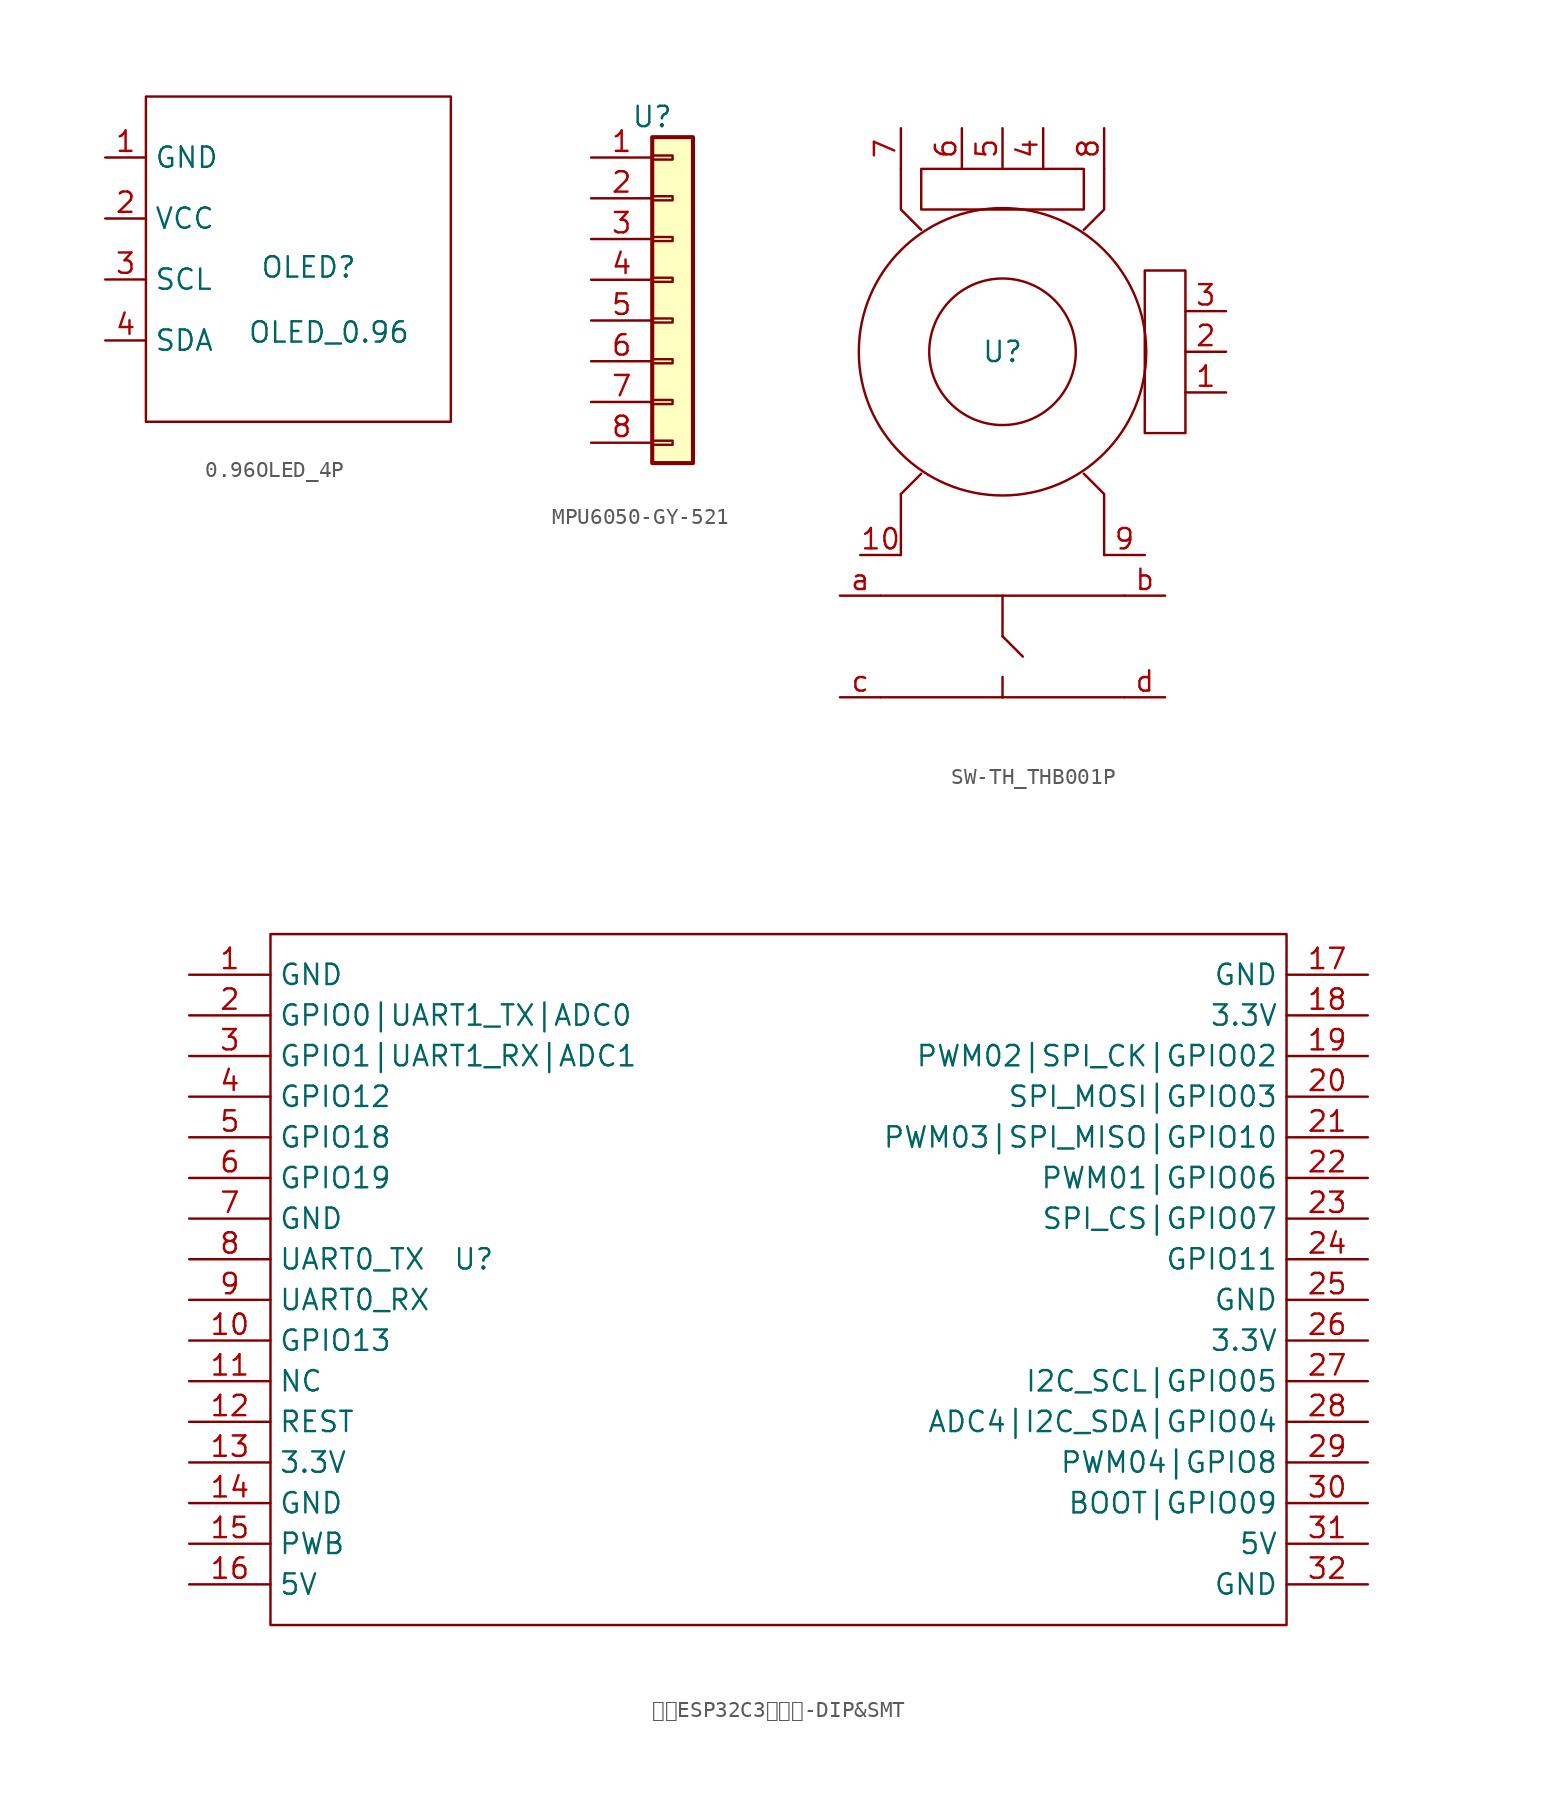
<source format=kicad_sym>
(kicad_symbol_lib
  (version 20241209)
  (generator "kicad_symbol_editor")
  (generator_version "9.0")
  (symbol "0.96OLED_4P"
    (property "Reference" "OLED"
      (at 6.35 -3.048 0)
      (effects (font (size 1.27 1.27))))
    (property "Value" "OLED_0.96"
      (at 7.62 -7.112 0)
      (effects (font (size 1.27 1.27))))
    (symbol "0.96OLED_4P_0_1"
      (rectangle (start -3.81 7.62) (end 15.24 -12.7) (stroke (width 0) (type default)) (fill (type none))))
    (symbol "0.96OLED_4P_1_1"
      (pin passive line (at -6.35 3.81 0) (length 2.54) (name "GND" (effects (font (size 1.27 1.27)))) (number "1" (effects (font (size 1.27 1.27)))))
      (pin passive line (at -6.35 0 0) (length 2.54) (name "VCC" (effects (font (size 1.27 1.27)))) (number "2" (effects (font (size 1.27 1.27)))))
      (pin passive line (at -6.35 -3.81 0) (length 2.54) (name "SCL" (effects (font (size 1.27 1.27)))) (number "3" (effects (font (size 1.27 1.27)))))
      (pin passive line (at -6.35 -7.62 0) (length 2.54) (name "SDA" (effects (font (size 1.27 1.27)))) (number "4" (effects (font (size 1.27 1.27)))))))
  (symbol "MPU6050-GY-521"
    (property "Reference" "U"
      (at 0 0 0)
      (effects (font (size 1.27 1.27))))
    (property "Value" ""
      (at 0 0 0)
      (effects (font (size 1.27 1.27))))
    (symbol "MPU6050-GY-521_1_1"
      (rectangle (start 0 -1.27) (end 2.54 -21.59) (stroke (width 0.254) (type default)) (fill (type background)))
      (rectangle (start 0 -2.413) (end 1.27 -2.667) (stroke (width 0.152) (type default)) (fill (type none)))
      (rectangle (start 0 -4.953) (end 1.27 -5.207) (stroke (width 0.152) (type default)) (fill (type none)))
      (rectangle (start 0 -7.493) (end 1.27 -7.747) (stroke (width 0.152) (type default)) (fill (type none)))
      (rectangle (start 0 -10.033) (end 1.27 -10.287) (stroke (width 0.152) (type default)) (fill (type none)))
      (rectangle (start 0 -12.573) (end 1.27 -12.827) (stroke (width 0.152) (type default)) (fill (type none)))
      (rectangle (start 0 -15.113) (end 1.27 -15.367) (stroke (width 0.152) (type default)) (fill (type none)))
      (rectangle (start 0 -17.653) (end 1.27 -17.907) (stroke (width 0.152) (type default)) (fill (type none)))
      (rectangle (start 0 -20.193) (end 1.27 -20.447) (stroke (width 0.152) (type default)) (fill (type none)))
      (pin passive line (at -3.81 -2.54 0) (length 3.81) (name "" (effects (font (size 1.27 1.27)))) (number "1" (effects (font (size 1.27 1.27)))))
      (pin passive line (at -3.81 -5.08 0) (length 3.81) (name "" (effects (font (size 1.27 1.27)))) (number "2" (effects (font (size 1.27 1.27)))))
      (pin passive line (at -3.81 -7.62 0) (length 3.81) (name "" (effects (font (size 1.27 1.27)))) (number "3" (effects (font (size 1.27 1.27)))))
      (pin passive line (at -3.81 -10.16 0) (length 3.81) (name "" (effects (font (size 1.27 1.27)))) (number "4" (effects (font (size 1.27 1.27)))))
      (pin passive line (at -3.81 -12.7 0) (length 3.81) (name "" (effects (font (size 1.27 1.27)))) (number "5" (effects (font (size 1.27 1.27)))))
      (pin passive line (at -3.81 -15.24 0) (length 3.81) (name "" (effects (font (size 1.27 1.27)))) (number "6" (effects (font (size 1.27 1.27)))))
      (pin passive line (at -3.81 -17.78 0) (length 3.81) (name "" (effects (font (size 1.27 1.27)))) (number "7" (effects (font (size 1.27 1.27)))))
      (pin passive line (at -3.81 -20.32 0) (length 3.81) (name "" (effects (font (size 1.27 1.27)))) (number "8" (effects (font (size 1.27 1.27)))))))
  (symbol "SW-TH_THB001P"
    (property "Reference" "U"
      (at 0 0 0)
      (effects (font (size 1.27 1.27))))
    (property "Value" ""
      (at 0 0 0)
      (effects (font (size 1.27 1.27))))
    (symbol "SW-TH_THB001P_0_1"
      (polyline (pts (xy -7.62 -15.24) (xy 7.62 -15.24)) (stroke (width 0) (type default)) (fill (type none)))
      (polyline (pts (xy -7.62 -21.59) (xy 7.62 -21.59)) (stroke (width 0) (type default)) (fill (type none)))
      (polyline (pts (xy -6.35 -8.89) (xy -6.35 -12.7)) (stroke (width 0) (type default)) (fill (type none)))
      (rectangle (start -5.08 8.89) (end 5.08 11.43) (stroke (width 0) (type default)) (fill (type none)))
      (polyline (pts (xy -5.08 7.62) (xy -6.35 8.89) (xy -6.35 11.43)) (stroke (width 0) (type default)) (fill (type none)))
      (polyline (pts (xy -5.08 -7.62) (xy -6.35 -8.89)) (stroke (width 0) (type default)) (fill (type none)))
      (circle (center 0 0) (radius 4.579) (stroke (width 0) (type default)) (fill (type none)))
      (circle (center 0 0) (radius 8.98) (stroke (width 0) (type default)) (fill (type none)))
      (polyline (pts (xy 0 -15.24) (xy 0 -17.78)) (stroke (width 0) (type default)) (fill (type none)))
      (polyline (pts (xy 0 -17.78) (xy 1.27 -19.05)) (stroke (width 0) (type default)) (fill (type none)))
      (polyline (pts (xy 0 -21.59) (xy 0 -21.59)) (stroke (width 0) (type default)) (fill (type none)))
      (polyline (pts (xy 0 -21.59) (xy 0 -20.32)) (stroke (width 0) (type default)) (fill (type none)))
      (polyline (pts (xy 0 -21.59) (xy 0 -21.59)) (stroke (width 0) (type default)) (fill (type none)))
      (polyline (pts (xy 5.08 7.62) (xy 6.35 8.89) (xy 6.35 11.43)) (stroke (width 0) (type default)) (fill (type none)))
      (polyline (pts (xy 5.08 -7.62) (xy 6.35 -8.89) (xy 6.35 -12.7)) (stroke (width 0) (type default)) (fill (type none)))
      (rectangle (start 8.89 5.08) (end 11.43 -5.08) (stroke (width 0) (type default)) (fill (type none))))
    (symbol "SW-TH_THB001P_1_1"
      (pin passive line (at -10.16 -15.24 0) (length 2.54) (name "" (effects (font (size 1.27 1.27)))) (number "a" (effects (font (size 1.27 1.27)))))
      (pin passive line (at -10.16 -21.59 0) (length 2.54) (name "" (effects (font (size 1.27 1.27)))) (number "c" (effects (font (size 1.27 1.27)))))
      (pin passive line (at -8.89 -12.7 0) (length 2.54) (name "" (effects (font (size 1.27 1.27)))) (number "10" (effects (font (size 1.27 1.27)))))
      (pin passive line (at -6.35 13.97 270) (length 2.54) (name "" (effects (font (size 1.27 1.27)))) (number "7" (effects (font (size 1.27 1.27)))))
      (pin passive line (at -2.54 13.97 270) (length 2.54) (name "" (effects (font (size 1.27 1.27)))) (number "6" (effects (font (size 1.27 1.27)))))
      (pin passive line (at 0 13.97 270) (length 2.54) (name "" (effects (font (size 1.27 1.27)))) (number "5" (effects (font (size 1.27 1.27)))))
      (pin passive line (at 2.54 13.97 270) (length 2.54) (name "" (effects (font (size 1.27 1.27)))) (number "4" (effects (font (size 1.27 1.27)))))
      (pin passive line (at 6.35 13.97 270) (length 2.54) (name "" (effects (font (size 1.27 1.27)))) (number "8" (effects (font (size 1.27 1.27)))))
      (pin passive line (at 8.89 -12.7 180) (length 2.54) (name "" (effects (font (size 1.27 1.27)))) (number "9" (effects (font (size 1.27 1.27)))))
      (pin passive line (at 10.16 -15.24 180) (length 2.54) (name "" (effects (font (size 1.27 1.27)))) (number "b" (effects (font (size 1.27 1.27)))))
      (pin passive line (at 10.16 -21.59 180) (length 2.54) (name "" (effects (font (size 1.27 1.27)))) (number "d" (effects (font (size 1.27 1.27)))))
      (pin passive line (at 13.97 2.54 180) (length 2.54) (name "" (effects (font (size 1.27 1.27)))) (number "3" (effects (font (size 1.27 1.27)))))
      (pin passive line (at 13.97 0 180) (length 2.54) (name "" (effects (font (size 1.27 1.27)))) (number "2" (effects (font (size 1.27 1.27)))))
      (pin passive line (at 13.97 -2.54 180) (length 2.54) (name "" (effects (font (size 1.27 1.27)))) (number "1" (effects (font (size 1.27 1.27)))))))
  (symbol "合宙ESP32C3开发板-DIP&SMT"
    (property "Reference" "U"
      (at 0 0 0)
      (effects (font (size 1.27 1.27))))
    (property "Value" ""
      (at 0 0 0)
      (effects (font (size 1.27 1.27))))
    (symbol "合宙ESP32C3开发板-DIP&SMT_1_0"
      (rectangle (start -12.7 20.32) (end 50.8 -22.86) (stroke (width 0) (type default)) (fill (type none)))
      (pin input line (at -17.78 17.78 0) (length 5.08) (name "GND" (effects (font (size 1.27 1.27)))) (number "1" (effects (font (size 1.27 1.27)))))
      (pin input line (at -17.78 15.24 0) (length 5.08) (name "GPIO0|UART1_TX|ADC0" (effects (font (size 1.27 1.27)))) (number "2" (effects (font (size 1.27 1.27)))))
      (pin input line (at -17.78 12.7 0) (length 5.08) (name "GPIO1|UART1_RX|ADC1" (effects (font (size 1.27 1.27)))) (number "3" (effects (font (size 1.27 1.27)))))
      (pin input line (at -17.78 10.16 0) (length 5.08) (name "GPIO12" (effects (font (size 1.27 1.27)))) (number "4" (effects (font (size 1.27 1.27)))))
      (pin input line (at -17.78 7.62 0) (length 5.08) (name "GPIO18" (effects (font (size 1.27 1.27)))) (number "5" (effects (font (size 1.27 1.27)))))
      (pin input line (at -17.78 5.08 0) (length 5.08) (name "GPIO19" (effects (font (size 1.27 1.27)))) (number "6" (effects (font (size 1.27 1.27)))))
      (pin input line (at -17.78 2.54 0) (length 5.08) (name "GND" (effects (font (size 1.27 1.27)))) (number "7" (effects (font (size 1.27 1.27)))))
      (pin input line (at -17.78 0 0) (length 5.08) (name "UART0_TX" (effects (font (size 1.27 1.27)))) (number "8" (effects (font (size 1.27 1.27)))))
      (pin input line (at -17.78 -2.54 0) (length 5.08) (name "UART0_RX" (effects (font (size 1.27 1.27)))) (number "9" (effects (font (size 1.27 1.27)))))
      (pin input line (at -17.78 -5.08 0) (length 5.08) (name "GPIO13" (effects (font (size 1.27 1.27)))) (number "10" (effects (font (size 1.27 1.27)))))
      (pin input line (at -17.78 -7.62 0) (length 5.08) (name "NC" (effects (font (size 1.27 1.27)))) (number "11" (effects (font (size 1.27 1.27)))))
      (pin input line (at -17.78 -10.16 0) (length 5.08) (name "REST" (effects (font (size 1.27 1.27)))) (number "12" (effects (font (size 1.27 1.27)))))
      (pin input line (at -17.78 -12.7 0) (length 5.08) (name "3.3V" (effects (font (size 1.27 1.27)))) (number "13" (effects (font (size 1.27 1.27)))))
      (pin input line (at -17.78 -15.24 0) (length 5.08) (name "GND" (effects (font (size 1.27 1.27)))) (number "14" (effects (font (size 1.27 1.27)))))
      (pin input line (at -17.78 -17.78 0) (length 5.08) (name "PWB" (effects (font (size 1.27 1.27)))) (number "15" (effects (font (size 1.27 1.27)))))
      (pin input line (at -17.78 -20.32 0) (length 5.08) (name "5V" (effects (font (size 1.27 1.27)))) (number "16" (effects (font (size 1.27 1.27)))))
      (pin input line (at 55.88 17.78 180) (length 5.08) (name "GND" (effects (font (size 1.27 1.27)))) (number "17" (effects (font (size 1.27 1.27)))))
      (pin input line (at 55.88 15.24 180) (length 5.08) (name "3.3V" (effects (font (size 1.27 1.27)))) (number "18" (effects (font (size 1.27 1.27)))))
      (pin input line (at 55.88 12.7 180) (length 5.08) (name "PWM02|SPI_CK|GPIO02" (effects (font (size 1.27 1.27)))) (number "19" (effects (font (size 1.27 1.27)))))
      (pin input line (at 55.88 10.16 180) (length 5.08) (name "SPI_MOSI|GPIO03" (effects (font (size 1.27 1.27)))) (number "20" (effects (font (size 1.27 1.27)))))
      (pin input line (at 55.88 7.62 180) (length 5.08) (name "PWM03|SPI_MISO|GPIO10" (effects (font (size 1.27 1.27)))) (number "21" (effects (font (size 1.27 1.27)))))
      (pin input line (at 55.88 5.08 180) (length 5.08) (name "PWM01|GPIO06" (effects (font (size 1.27 1.27)))) (number "22" (effects (font (size 1.27 1.27)))))
      (pin input line (at 55.88 2.54 180) (length 5.08) (name "SPI_CS|GPIO07" (effects (font (size 1.27 1.27)))) (number "23" (effects (font (size 1.27 1.27)))))
      (pin input line (at 55.88 0 180) (length 5.08) (name "GPIO11" (effects (font (size 1.27 1.27)))) (number "24" (effects (font (size 1.27 1.27)))))
      (pin input line (at 55.88 -2.54 180) (length 5.08) (name "GND" (effects (font (size 1.27 1.27)))) (number "25" (effects (font (size 1.27 1.27)))))
      (pin input line (at 55.88 -5.08 180) (length 5.08) (name "3.3V" (effects (font (size 1.27 1.27)))) (number "26" (effects (font (size 1.27 1.27)))))
      (pin input line (at 55.88 -7.62 180) (length 5.08) (name "I2C_SCL|GPIO05" (effects (font (size 1.27 1.27)))) (number "27" (effects (font (size 1.27 1.27)))))
      (pin input line (at 55.88 -10.16 180) (length 5.08) (name "ADC4|I2C_SDA|GPIO04" (effects (font (size 1.27 1.27)))) (number "28" (effects (font (size 1.27 1.27)))))
      (pin input line (at 55.88 -12.7 180) (length 5.08) (name "PWM04|GPIO8" (effects (font (size 1.27 1.27)))) (number "29" (effects (font (size 1.27 1.27)))))
      (pin input line (at 55.88 -15.24 180) (length 5.08) (name "BOOT|GPIO09" (effects (font (size 1.27 1.27)))) (number "30" (effects (font (size 1.27 1.27)))))
      (pin input line (at 55.88 -17.78 180) (length 5.08) (name "5V" (effects (font (size 1.27 1.27)))) (number "31" (effects (font (size 1.27 1.27)))))
      (pin input line (at 55.88 -20.32 180) (length 5.08) (name "GND" (effects (font (size 1.27 1.27)))) (number "32" (effects (font (size 1.27 1.27))))))))
</source>
